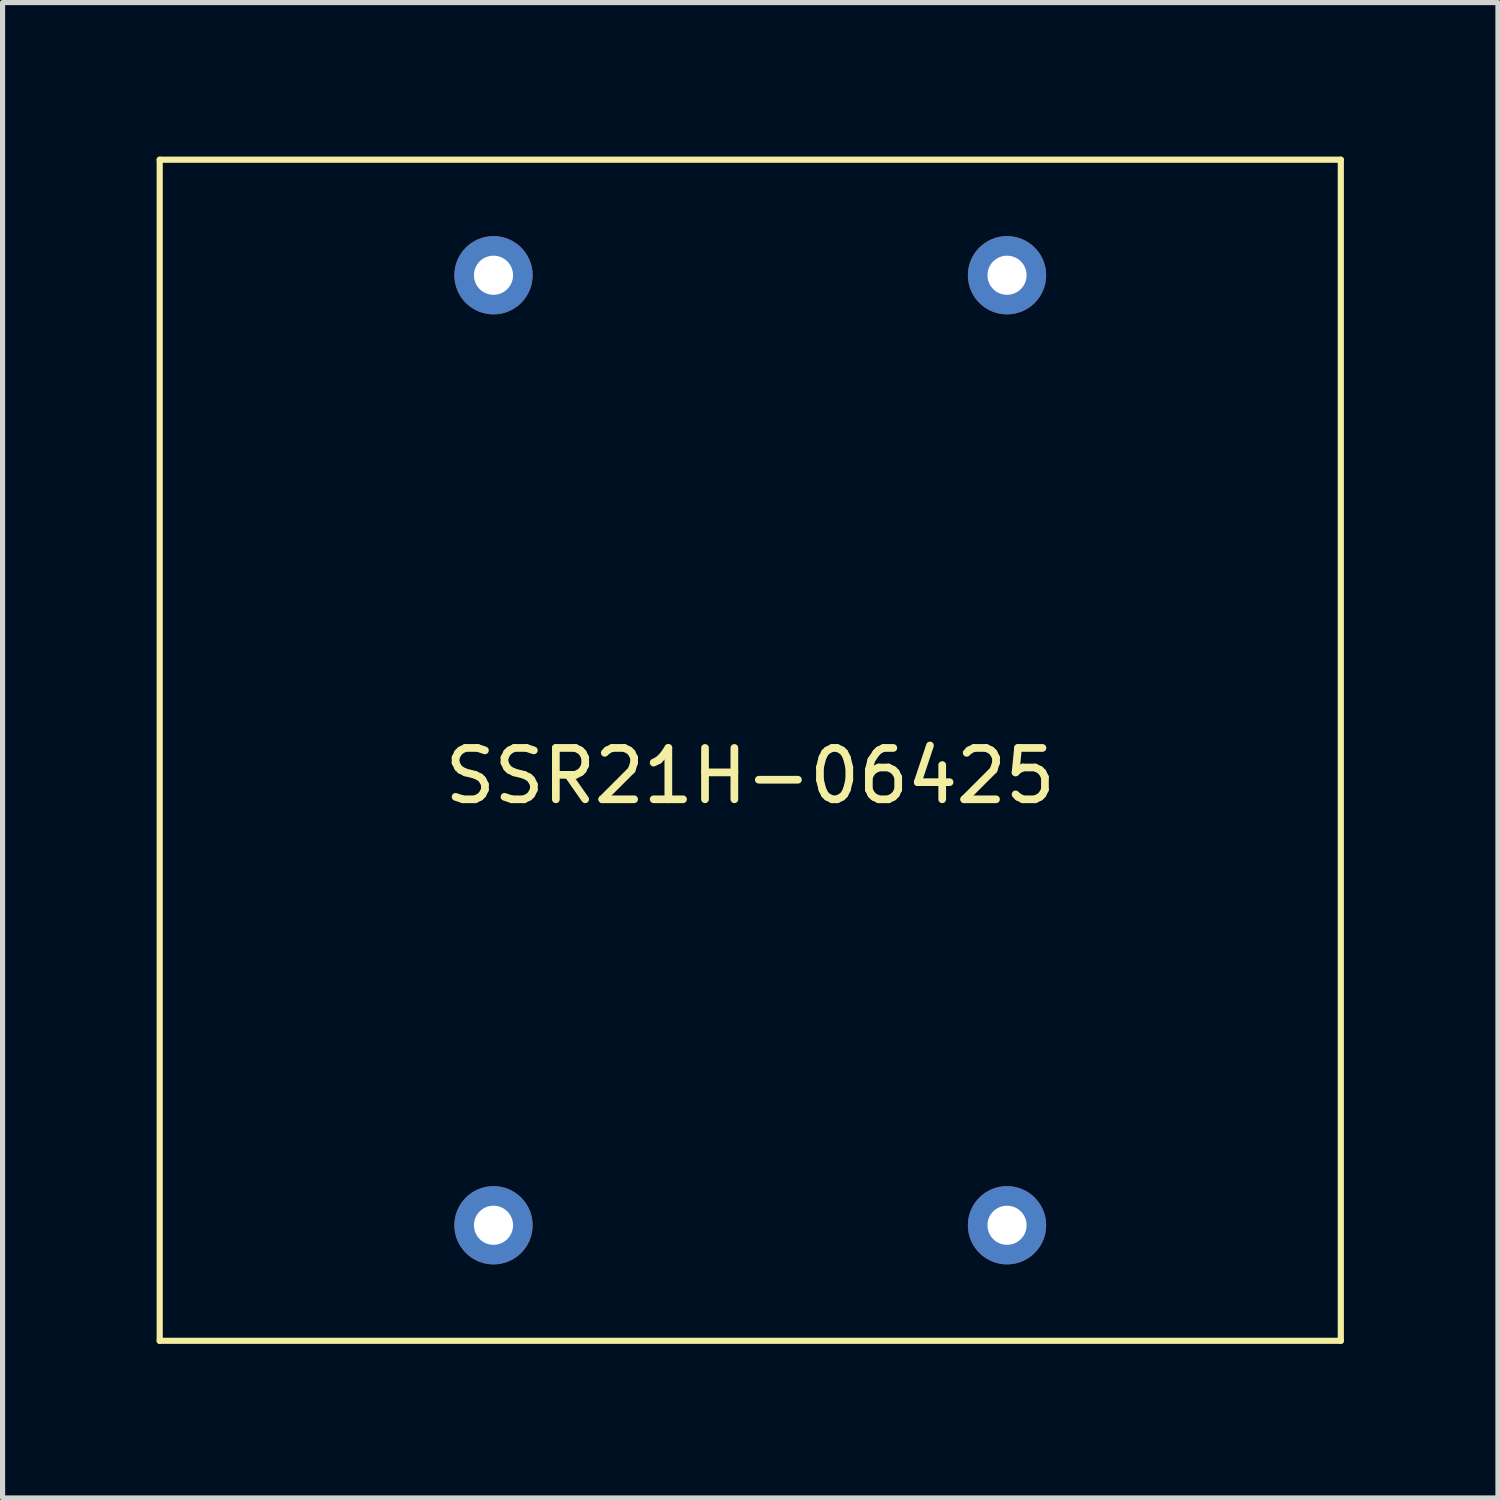
<source format=kicad_pcb>
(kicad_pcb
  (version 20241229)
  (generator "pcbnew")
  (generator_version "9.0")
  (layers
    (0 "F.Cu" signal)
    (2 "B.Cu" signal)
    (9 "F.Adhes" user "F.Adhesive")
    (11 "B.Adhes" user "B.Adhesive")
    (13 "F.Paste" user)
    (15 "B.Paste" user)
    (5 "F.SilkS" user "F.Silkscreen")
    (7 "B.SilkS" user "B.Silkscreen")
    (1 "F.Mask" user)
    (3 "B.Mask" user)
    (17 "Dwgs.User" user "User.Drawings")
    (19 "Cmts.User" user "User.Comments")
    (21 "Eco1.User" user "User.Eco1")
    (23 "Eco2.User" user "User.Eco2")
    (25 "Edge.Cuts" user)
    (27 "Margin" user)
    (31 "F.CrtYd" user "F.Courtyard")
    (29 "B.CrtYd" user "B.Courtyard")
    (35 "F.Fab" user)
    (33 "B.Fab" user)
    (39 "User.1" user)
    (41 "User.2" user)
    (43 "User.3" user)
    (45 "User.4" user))
  (footprint "SSR21H-06425"
    (layer "F.Cu")
    (at 11.56 11.56)
    (property "Reference" "SSR21H-06425" (at 0 0.5 0) (layer "F.SilkS") (effects (font (size 1 1) (thickness 0.15))))
    (attr through_hole)
    (fp_line (start -11.5 -11.5) (end -11.5 11.5) (stroke (width 0.12) (type solid)) (layer "F.SilkS"))
    (fp_line (start -11.5 -11.5) (end 11.5 -11.5) (stroke (width 0.12) (type solid)) (layer "F.SilkS"))
    (fp_line (start -11.5 11.5) (end 11.5 11.5) (stroke (width 0.12) (type solid)) (layer "F.SilkS"))
    (fp_line (start 11.5 -11.5) (end 11.5 11.5) (stroke (width 0.12) (type solid)) (layer "F.SilkS"))
    (pad "1" thru_hole circle (at -5 -9.25) (size 1.524 1.524) (drill 0.762) (layers "*.Cu" "*.Mask"))
    (pad "2" thru_hole circle (at -5 9.25) (size 1.524 1.524) (drill 0.762) (layers "*.Cu" "*.Mask"))
    (pad "3" thru_hole circle (at 5 -9.25) (size 1.524 1.524) (drill 0.762) (layers "*.Cu" "*.Mask"))
    (pad "4" thru_hole circle (at 5 9.25) (size 1.524 1.524) (drill 0.762) (layers "*.Cu" "*.Mask")))
  (gr_rect
    (start -3 -3)
    (end 26.12 26.12)
    (stroke (width 0.1) (type default))
    (fill no)
    (layer "Edge.Cuts")))
</source>
